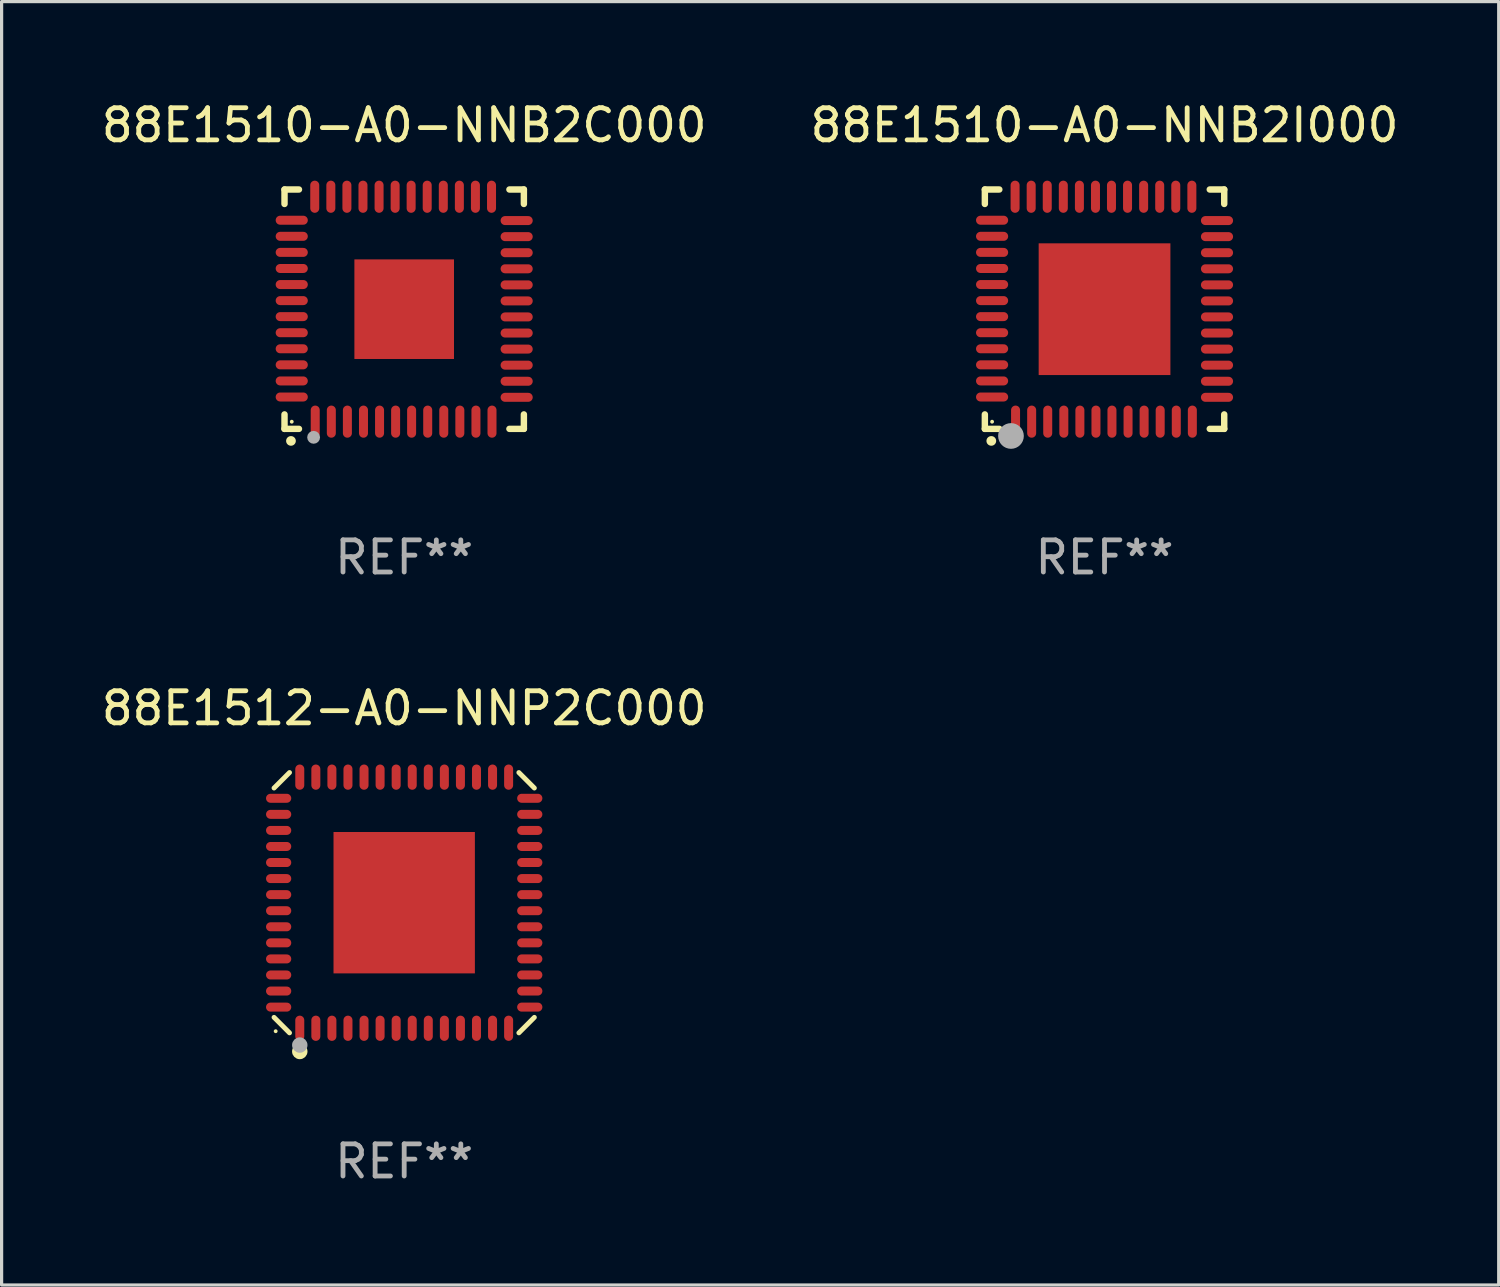
<source format=kicad_pcb>
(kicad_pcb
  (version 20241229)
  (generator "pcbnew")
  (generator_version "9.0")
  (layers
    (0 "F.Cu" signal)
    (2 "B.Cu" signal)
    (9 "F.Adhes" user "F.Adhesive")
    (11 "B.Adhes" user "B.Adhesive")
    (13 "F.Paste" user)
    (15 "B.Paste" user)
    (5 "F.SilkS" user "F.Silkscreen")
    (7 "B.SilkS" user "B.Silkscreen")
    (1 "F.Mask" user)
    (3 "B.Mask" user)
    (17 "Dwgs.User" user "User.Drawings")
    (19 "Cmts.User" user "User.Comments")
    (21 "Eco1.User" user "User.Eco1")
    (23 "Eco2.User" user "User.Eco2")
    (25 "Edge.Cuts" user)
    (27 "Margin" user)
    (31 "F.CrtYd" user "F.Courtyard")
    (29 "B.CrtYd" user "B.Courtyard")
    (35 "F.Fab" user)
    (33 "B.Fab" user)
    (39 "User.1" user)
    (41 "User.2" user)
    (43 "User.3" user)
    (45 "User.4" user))
  (footprint "88E1512-A0-NNP2C000"
    (layer "F.Cu")
    (at 9.53 25.045)
    (property "Reference" "88E1512-A0-NNP2C000" (at 0 -6.051 0) (layer "F.SilkS") (effects (font (size 1 1) (thickness 0.15))))
    (attr through_hole)
    (fp_line (start -4.051 -3.569) (end -3.569 -4.051) (stroke (width 0.152) (type solid)) (layer "F.SilkS"))
    (fp_line (start -3.569 4.051) (end -4.051 3.569) (stroke (width 0.152) (type solid)) (layer "F.SilkS"))
    (fp_line (start 3.569 -4.051) (end 4.051 -3.569) (stroke (width 0.152) (type solid)) (layer "F.SilkS"))
    (fp_line (start 4.051 3.569) (end 3.569 4.051) (stroke (width 0.152) (type solid)) (layer "F.SilkS"))
    (fp_circle (center -4 4) (end -3.97 4) (stroke (width 0.06) (type solid)) (fill no) (layer "F.SilkS"))
    (fp_circle (center -3.25 4.631) (end -3.13 4.631) (stroke (width 0.24) (type solid)) (fill no) (layer "F.SilkS"))
    (fp_circle (center -3.25 4.431) (end -3.13 4.431) (stroke (width 0.24) (type solid)) (fill no) (layer "F.Fab"))
    (fp_text user "REF**" (at 0 8.051 0) (layer "F.Fab") (effects (font (size 1 1) (thickness 0.15))))
    (pad "1" smd oval (at -3.25 3.908) (size 0.28 0.785) (layers "F.Cu" "F.Mask" "F.Paste"))
    (pad "2" smd oval (at -2.75 3.908) (size 0.28 0.785) (layers "F.Cu" "F.Mask" "F.Paste"))
    (pad "3" smd oval (at -2.25 3.908) (size 0.28 0.785) (layers "F.Cu" "F.Mask" "F.Paste"))
    (pad "4" smd oval (at -1.75 3.908) (size 0.28 0.785) (layers "F.Cu" "F.Mask" "F.Paste"))
    (pad "5" smd oval (at -1.25 3.908) (size 0.28 0.785) (layers "F.Cu" "F.Mask" "F.Paste"))
    (pad "6" smd oval (at -0.75 3.908) (size 0.28 0.785) (layers "F.Cu" "F.Mask" "F.Paste"))
    (pad "7" smd oval (at -0.25 3.908) (size 0.28 0.785) (layers "F.Cu" "F.Mask" "F.Paste"))
    (pad "8" smd oval (at 0.25 3.908) (size 0.28 0.785) (layers "F.Cu" "F.Mask" "F.Paste"))
    (pad "9" smd oval (at 0.75 3.908) (size 0.28 0.785) (layers "F.Cu" "F.Mask" "F.Paste"))
    (pad "10" smd oval (at 1.25 3.908) (size 0.28 0.785) (layers "F.Cu" "F.Mask" "F.Paste"))
    (pad "11" smd oval (at 1.75 3.908) (size 0.28 0.785) (layers "F.Cu" "F.Mask" "F.Paste"))
    (pad "12" smd oval (at 2.25 3.908) (size 0.28 0.785) (layers "F.Cu" "F.Mask" "F.Paste"))
    (pad "13" smd oval (at 2.75 3.908) (size 0.28 0.785) (layers "F.Cu" "F.Mask" "F.Paste"))
    (pad "14" smd oval (at 3.25 3.908) (size 0.28 0.785) (layers "F.Cu" "F.Mask" "F.Paste"))
    (pad "15" smd oval (at 3.908 3.25) (size 0.785 0.28) (layers "F.Cu" "F.Mask" "F.Paste"))
    (pad "16" smd oval (at 3.908 2.75) (size 0.785 0.28) (layers "F.Cu" "F.Mask" "F.Paste"))
    (pad "17" smd oval (at 3.908 2.25) (size 0.785 0.28) (layers "F.Cu" "F.Mask" "F.Paste"))
    (pad "18" smd oval (at 3.908 1.75) (size 0.785 0.28) (layers "F.Cu" "F.Mask" "F.Paste"))
    (pad "19" smd oval (at 3.908 1.25) (size 0.785 0.28) (layers "F.Cu" "F.Mask" "F.Paste"))
    (pad "20" smd oval (at 3.908 0.75) (size 0.785 0.28) (layers "F.Cu" "F.Mask" "F.Paste"))
    (pad "21" smd oval (at 3.908 0.25) (size 0.785 0.28) (layers "F.Cu" "F.Mask" "F.Paste"))
    (pad "22" smd oval (at 3.908 -0.25) (size 0.785 0.28) (layers "F.Cu" "F.Mask" "F.Paste"))
    (pad "23" smd oval (at 3.908 -0.75) (size 0.785 0.28) (layers "F.Cu" "F.Mask" "F.Paste"))
    (pad "24" smd oval (at 3.908 -1.25) (size 0.785 0.28) (layers "F.Cu" "F.Mask" "F.Paste"))
    (pad "25" smd oval (at 3.908 -1.75) (size 0.785 0.28) (layers "F.Cu" "F.Mask" "F.Paste"))
    (pad "26" smd oval (at 3.908 -2.25) (size 0.785 0.28) (layers "F.Cu" "F.Mask" "F.Paste"))
    (pad "27" smd oval (at 3.908 -2.75) (size 0.785 0.28) (layers "F.Cu" "F.Mask" "F.Paste"))
    (pad "28" smd oval (at 3.908 -3.25) (size 0.785 0.28) (layers "F.Cu" "F.Mask" "F.Paste"))
    (pad "29" smd oval (at 3.25 -3.908) (size 0.28 0.785) (layers "F.Cu" "F.Mask" "F.Paste"))
    (pad "30" smd oval (at 2.75 -3.908) (size 0.28 0.785) (layers "F.Cu" "F.Mask" "F.Paste"))
    (pad "31" smd oval (at 2.25 -3.908) (size 0.28 0.785) (layers "F.Cu" "F.Mask" "F.Paste"))
    (pad "32" smd oval (at 1.75 -3.908) (size 0.28 0.785) (layers "F.Cu" "F.Mask" "F.Paste"))
    (pad "33" smd oval (at 1.25 -3.908) (size 0.28 0.785) (layers "F.Cu" "F.Mask" "F.Paste"))
    (pad "34" smd oval (at 0.75 -3.908) (size 0.28 0.785) (layers "F.Cu" "F.Mask" "F.Paste"))
    (pad "35" smd oval (at 0.25 -3.908) (size 0.28 0.785) (layers "F.Cu" "F.Mask" "F.Paste"))
    (pad "36" smd oval (at -0.25 -3.908) (size 0.28 0.785) (layers "F.Cu" "F.Mask" "F.Paste"))
    (pad "37" smd oval (at -0.75 -3.908) (size 0.28 0.785) (layers "F.Cu" "F.Mask" "F.Paste"))
    (pad "38" smd oval (at -1.25 -3.908) (size 0.28 0.785) (layers "F.Cu" "F.Mask" "F.Paste"))
    (pad "39" smd oval (at -1.75 -3.908) (size 0.28 0.785) (layers "F.Cu" "F.Mask" "F.Paste"))
    (pad "40" smd oval (at -2.25 -3.908) (size 0.28 0.785) (layers "F.Cu" "F.Mask" "F.Paste"))
    (pad "41" smd oval (at -2.75 -3.908) (size 0.28 0.785) (layers "F.Cu" "F.Mask" "F.Paste"))
    (pad "42" smd oval (at -3.25 -3.908) (size 0.28 0.785) (layers "F.Cu" "F.Mask" "F.Paste"))
    (pad "43" smd oval (at -3.908 -3.25) (size 0.785 0.28) (layers "F.Cu" "F.Mask" "F.Paste"))
    (pad "44" smd oval (at -3.908 -2.75) (size 0.785 0.28) (layers "F.Cu" "F.Mask" "F.Paste"))
    (pad "45" smd oval (at -3.908 -2.25) (size 0.785 0.28) (layers "F.Cu" "F.Mask" "F.Paste"))
    (pad "46" smd oval (at -3.908 -1.75) (size 0.785 0.28) (layers "F.Cu" "F.Mask" "F.Paste"))
    (pad "47" smd oval (at -3.908 -1.25) (size 0.785 0.28) (layers "F.Cu" "F.Mask" "F.Paste"))
    (pad "48" smd oval (at -3.908 -0.75) (size 0.785 0.28) (layers "F.Cu" "F.Mask" "F.Paste"))
    (pad "49" smd oval (at -3.908 -0.25) (size 0.785 0.28) (layers "F.Cu" "F.Mask" "F.Paste"))
    (pad "50" smd oval (at -3.908 0.25) (size 0.785 0.28) (layers "F.Cu" "F.Mask" "F.Paste"))
    (pad "51" smd oval (at -3.908 0.75) (size 0.785 0.28) (layers "F.Cu" "F.Mask" "F.Paste"))
    (pad "52" smd oval (at -3.908 1.25) (size 0.785 0.28) (layers "F.Cu" "F.Mask" "F.Paste"))
    (pad "53" smd oval (at -3.908 1.75) (size 0.785 0.28) (layers "F.Cu" "F.Mask" "F.Paste"))
    (pad "54" smd oval (at -3.908 2.25) (size 0.785 0.28) (layers "F.Cu" "F.Mask" "F.Paste"))
    (pad "55" smd oval (at -3.908 2.75) (size 0.785 0.28) (layers "F.Cu" "F.Mask" "F.Paste"))
    (pad "56" smd oval (at -3.908 3.25) (size 0.785 0.28) (layers "F.Cu" "F.Mask" "F.Paste"))
    (pad "57" smd rect (at 0 0) (size 4.4 4.4) (layers "F.Cu" "F.Mask" "F.Paste")))
  (footprint "88E1510-A0-NNB2I000"
    (layer "F.Cu")
    (at 31.327 6.573)
    (property "Reference" "88E1510-A0-NNB2I000" (at 0 -5.725 0) (layer "F.SilkS") (effects (font (size 1 1) (thickness 0.15))))
    (attr through_hole)
    (fp_line (start -3.725 -3.725) (end -3.275 -3.725) (stroke (width 0.2) (type solid)) (layer "F.SilkS"))
    (fp_line (start -3.725 -3.275) (end -3.725 -3.725) (stroke (width 0.2) (type solid)) (layer "F.SilkS"))
    (fp_line (start -3.725 3.725) (end -3.725 3.275) (stroke (width 0.2) (type solid)) (layer "F.SilkS"))
    (fp_line (start -3.275 3.725) (end -3.725 3.725) (stroke (width 0.2) (type solid)) (layer "F.SilkS"))
    (fp_line (start 3.275 3.725) (end 3.725 3.725) (stroke (width 0.2) (type solid)) (layer "F.SilkS"))
    (fp_line (start 3.725 -3.725) (end 3.275 -3.725) (stroke (width 0.2) (type solid)) (layer "F.SilkS"))
    (fp_line (start 3.725 -3.275) (end 3.725 -3.725) (stroke (width 0.2) (type solid)) (layer "F.SilkS"))
    (fp_line (start 3.725 3.725) (end 3.725 3.275) (stroke (width 0.2) (type solid)) (layer "F.SilkS"))
    (fp_arc (start -3.525527 4.099568) (mid -3.524257 4.099563) (end -3.522987 4.099568) (stroke (width 0.3) (type solid)) (layer "F.SilkS"))
    (fp_circle (center -3.5 3.502) (end -3.47 3.502) (stroke (width 0.06) (type solid)) (fill no) (layer "F.SilkS"))
    (fp_circle (center -2.912 3.946) (end -2.712 3.946) (stroke (width 0.4) (type solid)) (fill no) (layer "F.Fab"))
    (fp_text user "REF**" (at 0 7.725 0) (layer "F.Fab") (effects (font (size 1 1) (thickness 0.15))))
    (pad "1" smd oval (at -2.769 3.5) (size 0.28 1) (layers "F.Cu" "F.Mask" "F.Paste"))
    (pad "2" smd oval (at -2.268 3.5) (size 0.28 1) (layers "F.Cu" "F.Mask" "F.Paste"))
    (pad "3" smd oval (at -1.768 3.5) (size 0.28 1) (layers "F.Cu" "F.Mask" "F.Paste"))
    (pad "4" smd oval (at -1.267 3.5) (size 0.28 1) (layers "F.Cu" "F.Mask" "F.Paste"))
    (pad "5" smd oval (at -0.767 3.5) (size 0.28 1) (layers "F.Cu" "F.Mask" "F.Paste"))
    (pad "6" smd oval (at -0.267 3.5) (size 0.28 1) (layers "F.Cu" "F.Mask" "F.Paste"))
    (pad "7" smd oval (at 0.231 3.5) (size 0.28 1) (layers "F.Cu" "F.Mask" "F.Paste"))
    (pad "8" smd oval (at 0.732 3.5) (size 0.28 1) (layers "F.Cu" "F.Mask" "F.Paste"))
    (pad "9" smd oval (at 1.232 3.5) (size 0.28 1) (layers "F.Cu" "F.Mask" "F.Paste"))
    (pad "10" smd oval (at 1.732 3.5) (size 0.28 1) (layers "F.Cu" "F.Mask" "F.Paste"))
    (pad "11" smd oval (at 2.233 3.5) (size 0.28 1) (layers "F.Cu" "F.Mask" "F.Paste"))
    (pad "12" smd oval (at 2.733 3.5) (size 0.28 1) (layers "F.Cu" "F.Mask" "F.Paste"))
    (pad "13" smd oval (at 3.5 2.743) (size 1 0.28) (layers "F.Cu" "F.Mask" "F.Paste"))
    (pad "14" smd oval (at 3.5 2.243) (size 1 0.28) (layers "F.Cu" "F.Mask" "F.Paste"))
    (pad "15" smd oval (at 3.5 1.742) (size 1 0.28) (layers "F.Cu" "F.Mask" "F.Paste"))
    (pad "16" smd oval (at 3.5 1.242) (size 1 0.28) (layers "F.Cu" "F.Mask" "F.Paste"))
    (pad "17" smd oval (at 3.5 0.742) (size 1 0.28) (layers "F.Cu" "F.Mask" "F.Paste"))
    (pad "18" smd oval (at 3.5 0.241) (size 1 0.28) (layers "F.Cu" "F.Mask" "F.Paste"))
    (pad "19" smd oval (at 3.5 -0.257) (size 1 0.28) (layers "F.Cu" "F.Mask" "F.Paste"))
    (pad "20" smd oval (at 3.5 -0.757) (size 1 0.28) (layers "F.Cu" "F.Mask" "F.Paste"))
    (pad "21" smd oval (at 3.5 -1.257) (size 1 0.28) (layers "F.Cu" "F.Mask" "F.Paste"))
    (pad "22" smd oval (at 3.5 -1.758) (size 1 0.28) (layers "F.Cu" "F.Mask" "F.Paste"))
    (pad "23" smd oval (at 3.5 -2.258) (size 1 0.28) (layers "F.Cu" "F.Mask" "F.Paste"))
    (pad "24" smd oval (at 3.5 -2.758) (size 1 0.28) (layers "F.Cu" "F.Mask" "F.Paste"))
    (pad "25" smd oval (at 2.718 -3.5) (size 0.28 1) (layers "F.Cu" "F.Mask" "F.Paste"))
    (pad "26" smd oval (at 2.217 -3.5) (size 0.28 1) (layers "F.Cu" "F.Mask" "F.Paste"))
    (pad "27" smd oval (at 1.717 -3.5) (size 0.28 1) (layers "F.Cu" "F.Mask" "F.Paste"))
    (pad "28" smd oval (at 1.217 -3.5) (size 0.28 1) (layers "F.Cu" "F.Mask" "F.Paste"))
    (pad "29" smd oval (at 0.716 -3.5) (size 0.28 1) (layers "F.Cu" "F.Mask" "F.Paste"))
    (pad "30" smd oval (at 0.216 -3.5) (size 0.28 1) (layers "F.Cu" "F.Mask" "F.Paste"))
    (pad "31" smd oval (at -0.282 -3.5) (size 0.28 1) (layers "F.Cu" "F.Mask" "F.Paste"))
    (pad "32" smd oval (at -0.782 -3.5) (size 0.28 1) (layers "F.Cu" "F.Mask" "F.Paste"))
    (pad "33" smd oval (at -1.283 -3.5) (size 0.28 1) (layers "F.Cu" "F.Mask" "F.Paste"))
    (pad "34" smd oval (at -1.783 -3.5) (size 0.28 1) (layers "F.Cu" "F.Mask" "F.Paste"))
    (pad "35" smd oval (at -2.283 -3.5) (size 0.28 1) (layers "F.Cu" "F.Mask" "F.Paste"))
    (pad "36" smd oval (at -2.784 -3.5) (size 0.28 1) (layers "F.Cu" "F.Mask" "F.Paste"))
    (pad "37" smd oval (at -3.5 -2.769) (size 1 0.28) (layers "F.Cu" "F.Mask" "F.Paste"))
    (pad "38" smd oval (at -3.5 -2.268) (size 1 0.28) (layers "F.Cu" "F.Mask" "F.Paste"))
    (pad "39" smd oval (at -3.5 -1.768) (size 1 0.28) (layers "F.Cu" "F.Mask" "F.Paste"))
    (pad "40" smd oval (at -3.5 -1.267) (size 1 0.28) (layers "F.Cu" "F.Mask" "F.Paste"))
    (pad "41" smd oval (at -3.5 -0.767) (size 1 0.28) (layers "F.Cu" "F.Mask" "F.Paste"))
    (pad "42" smd oval (at -3.5 -0.267) (size 1 0.28) (layers "F.Cu" "F.Mask" "F.Paste"))
    (pad "43" smd oval (at -3.5 0.231) (size 1 0.28) (layers "F.Cu" "F.Mask" "F.Paste"))
    (pad "44" smd oval (at -3.5 0.732) (size 1 0.28) (layers "F.Cu" "F.Mask" "F.Paste"))
    (pad "45" smd oval (at -3.5 1.232) (size 1 0.28) (layers "F.Cu" "F.Mask" "F.Paste"))
    (pad "46" smd oval (at -3.5 1.732) (size 1 0.28) (layers "F.Cu" "F.Mask" "F.Paste"))
    (pad "47" smd oval (at -3.5 2.233) (size 1 0.28) (layers "F.Cu" "F.Mask" "F.Paste"))
    (pad "48" smd oval (at -3.5 2.733) (size 1 0.28) (layers "F.Cu" "F.Mask" "F.Paste"))
    (pad "49" smd rect (at 0 0 90) (size 4.1 4.1) (layers "F.Cu" "F.Mask" "F.Paste")))
  (footprint "88E1510-A0-NNB2C000"
    (layer "F.Cu")
    (at 9.53 6.573)
    (property "Reference" "88E1510-A0-NNB2C000" (at 0 -5.725 0) (layer "F.SilkS") (effects (font (size 1 1) (thickness 0.15))))
    (attr through_hole)
    (fp_line (start -3.725 -3.725) (end -3.275 -3.725) (stroke (width 0.2) (type solid)) (layer "F.SilkS"))
    (fp_line (start -3.725 -3.275) (end -3.725 -3.725) (stroke (width 0.2) (type solid)) (layer "F.SilkS"))
    (fp_line (start -3.725 3.725) (end -3.725 3.275) (stroke (width 0.2) (type solid)) (layer "F.SilkS"))
    (fp_line (start -3.275 3.725) (end -3.725 3.725) (stroke (width 0.2) (type solid)) (layer "F.SilkS"))
    (fp_line (start 3.275 3.725) (end 3.725 3.725) (stroke (width 0.2) (type solid)) (layer "F.SilkS"))
    (fp_line (start 3.725 -3.725) (end 3.275 -3.725) (stroke (width 0.2) (type solid)) (layer "F.SilkS"))
    (fp_line (start 3.725 -3.275) (end 3.725 -3.725) (stroke (width 0.2) (type solid)) (layer "F.SilkS"))
    (fp_line (start 3.725 3.725) (end 3.725 3.275) (stroke (width 0.2) (type solid)) (layer "F.SilkS"))
    (fp_arc (start -3.525527 4.099568) (mid -3.524257 4.099563) (end -3.522987 4.099568) (stroke (width 0.3) (type solid)) (layer "F.SilkS"))
    (fp_circle (center -3.5 3.502) (end -3.47 3.502) (stroke (width 0.06) (type solid)) (fill no) (layer "F.SilkS"))
    (fp_circle (center -2.819 3.988) (end -2.719 3.988) (stroke (width 0.2) (type solid)) (fill no) (layer "F.Fab"))
    (fp_text user "REF**" (at 0 7.725 0) (layer "F.Fab") (effects (font (size 1 1) (thickness 0.15))))
    (pad "1" smd oval (at -2.769 3.5) (size 0.28 1) (layers "F.Cu" "F.Mask" "F.Paste"))
    (pad "2" smd oval (at -2.268 3.5) (size 0.28 1) (layers "F.Cu" "F.Mask" "F.Paste"))
    (pad "3" smd oval (at -1.768 3.5) (size 0.28 1) (layers "F.Cu" "F.Mask" "F.Paste"))
    (pad "4" smd oval (at -1.267 3.5) (size 0.28 1) (layers "F.Cu" "F.Mask" "F.Paste"))
    (pad "5" smd oval (at -0.767 3.5) (size 0.28 1) (layers "F.Cu" "F.Mask" "F.Paste"))
    (pad "6" smd oval (at -0.267 3.5) (size 0.28 1) (layers "F.Cu" "F.Mask" "F.Paste"))
    (pad "7" smd oval (at 0.231 3.5) (size 0.28 1) (layers "F.Cu" "F.Mask" "F.Paste"))
    (pad "8" smd oval (at 0.732 3.5) (size 0.28 1) (layers "F.Cu" "F.Mask" "F.Paste"))
    (pad "9" smd oval (at 1.232 3.5) (size 0.28 1) (layers "F.Cu" "F.Mask" "F.Paste"))
    (pad "10" smd oval (at 1.732 3.5) (size 0.28 1) (layers "F.Cu" "F.Mask" "F.Paste"))
    (pad "11" smd oval (at 2.233 3.5) (size 0.28 1) (layers "F.Cu" "F.Mask" "F.Paste"))
    (pad "12" smd oval (at 2.733 3.5) (size 0.28 1) (layers "F.Cu" "F.Mask" "F.Paste"))
    (pad "13" smd oval (at 3.5 2.743) (size 1 0.28) (layers "F.Cu" "F.Mask" "F.Paste"))
    (pad "14" smd oval (at 3.5 2.243) (size 1 0.28) (layers "F.Cu" "F.Mask" "F.Paste"))
    (pad "15" smd oval (at 3.5 1.742) (size 1 0.28) (layers "F.Cu" "F.Mask" "F.Paste"))
    (pad "16" smd oval (at 3.5 1.242) (size 1 0.28) (layers "F.Cu" "F.Mask" "F.Paste"))
    (pad "17" smd oval (at 3.5 0.742) (size 1 0.28) (layers "F.Cu" "F.Mask" "F.Paste"))
    (pad "18" smd oval (at 3.5 0.241) (size 1 0.28) (layers "F.Cu" "F.Mask" "F.Paste"))
    (pad "19" smd oval (at 3.5 -0.257) (size 1 0.28) (layers "F.Cu" "F.Mask" "F.Paste"))
    (pad "20" smd oval (at 3.5 -0.757) (size 1 0.28) (layers "F.Cu" "F.Mask" "F.Paste"))
    (pad "21" smd oval (at 3.5 -1.257) (size 1 0.28) (layers "F.Cu" "F.Mask" "F.Paste"))
    (pad "22" smd oval (at 3.5 -1.758) (size 1 0.28) (layers "F.Cu" "F.Mask" "F.Paste"))
    (pad "23" smd oval (at 3.5 -2.258) (size 1 0.28) (layers "F.Cu" "F.Mask" "F.Paste"))
    (pad "24" smd oval (at 3.5 -2.758) (size 1 0.28) (layers "F.Cu" "F.Mask" "F.Paste"))
    (pad "25" smd oval (at 2.718 -3.5) (size 0.28 1) (layers "F.Cu" "F.Mask" "F.Paste"))
    (pad "26" smd oval (at 2.217 -3.5) (size 0.28 1) (layers "F.Cu" "F.Mask" "F.Paste"))
    (pad "27" smd oval (at 1.717 -3.5) (size 0.28 1) (layers "F.Cu" "F.Mask" "F.Paste"))
    (pad "28" smd oval (at 1.217 -3.5) (size 0.28 1) (layers "F.Cu" "F.Mask" "F.Paste"))
    (pad "29" smd oval (at 0.716 -3.5) (size 0.28 1) (layers "F.Cu" "F.Mask" "F.Paste"))
    (pad "30" smd oval (at 0.216 -3.5) (size 0.28 1) (layers "F.Cu" "F.Mask" "F.Paste"))
    (pad "31" smd oval (at -0.282 -3.5) (size 0.28 1) (layers "F.Cu" "F.Mask" "F.Paste"))
    (pad "32" smd oval (at -0.782 -3.5) (size 0.28 1) (layers "F.Cu" "F.Mask" "F.Paste"))
    (pad "33" smd oval (at -1.283 -3.5) (size 0.28 1) (layers "F.Cu" "F.Mask" "F.Paste"))
    (pad "34" smd oval (at -1.783 -3.5) (size 0.28 1) (layers "F.Cu" "F.Mask" "F.Paste"))
    (pad "35" smd oval (at -2.283 -3.5) (size 0.28 1) (layers "F.Cu" "F.Mask" "F.Paste"))
    (pad "36" smd oval (at -2.784 -3.5) (size 0.28 1) (layers "F.Cu" "F.Mask" "F.Paste"))
    (pad "37" smd oval (at -3.5 -2.769) (size 1 0.28) (layers "F.Cu" "F.Mask" "F.Paste"))
    (pad "38" smd oval (at -3.5 -2.268) (size 1 0.28) (layers "F.Cu" "F.Mask" "F.Paste"))
    (pad "39" smd oval (at -3.5 -1.768) (size 1 0.28) (layers "F.Cu" "F.Mask" "F.Paste"))
    (pad "40" smd oval (at -3.5 -1.267) (size 1 0.28) (layers "F.Cu" "F.Mask" "F.Paste"))
    (pad "41" smd oval (at -3.5 -0.767) (size 1 0.28) (layers "F.Cu" "F.Mask" "F.Paste"))
    (pad "42" smd oval (at -3.5 -0.267) (size 1 0.28) (layers "F.Cu" "F.Mask" "F.Paste"))
    (pad "43" smd oval (at -3.5 0.231) (size 1 0.28) (layers "F.Cu" "F.Mask" "F.Paste"))
    (pad "44" smd oval (at -3.5 0.732) (size 1 0.28) (layers "F.Cu" "F.Mask" "F.Paste"))
    (pad "45" smd oval (at -3.5 1.232) (size 1 0.28) (layers "F.Cu" "F.Mask" "F.Paste"))
    (pad "46" smd oval (at -3.5 1.732) (size 1 0.28) (layers "F.Cu" "F.Mask" "F.Paste"))
    (pad "47" smd oval (at -3.5 2.233) (size 1 0.28) (layers "F.Cu" "F.Mask" "F.Paste"))
    (pad "48" smd oval (at -3.5 2.733) (size 1 0.28) (layers "F.Cu" "F.Mask" "F.Paste"))
    (pad "49" smd rect (at 0 0 90) (size 3.1 3.1) (layers "F.Cu" "F.Mask" "F.Paste")))
  (gr_rect
    (start -3 -3)
    (end 43.595 36.944)
    (stroke (width 0.1) (type default))
    (fill no)
    (layer "Edge.Cuts")))
</source>
